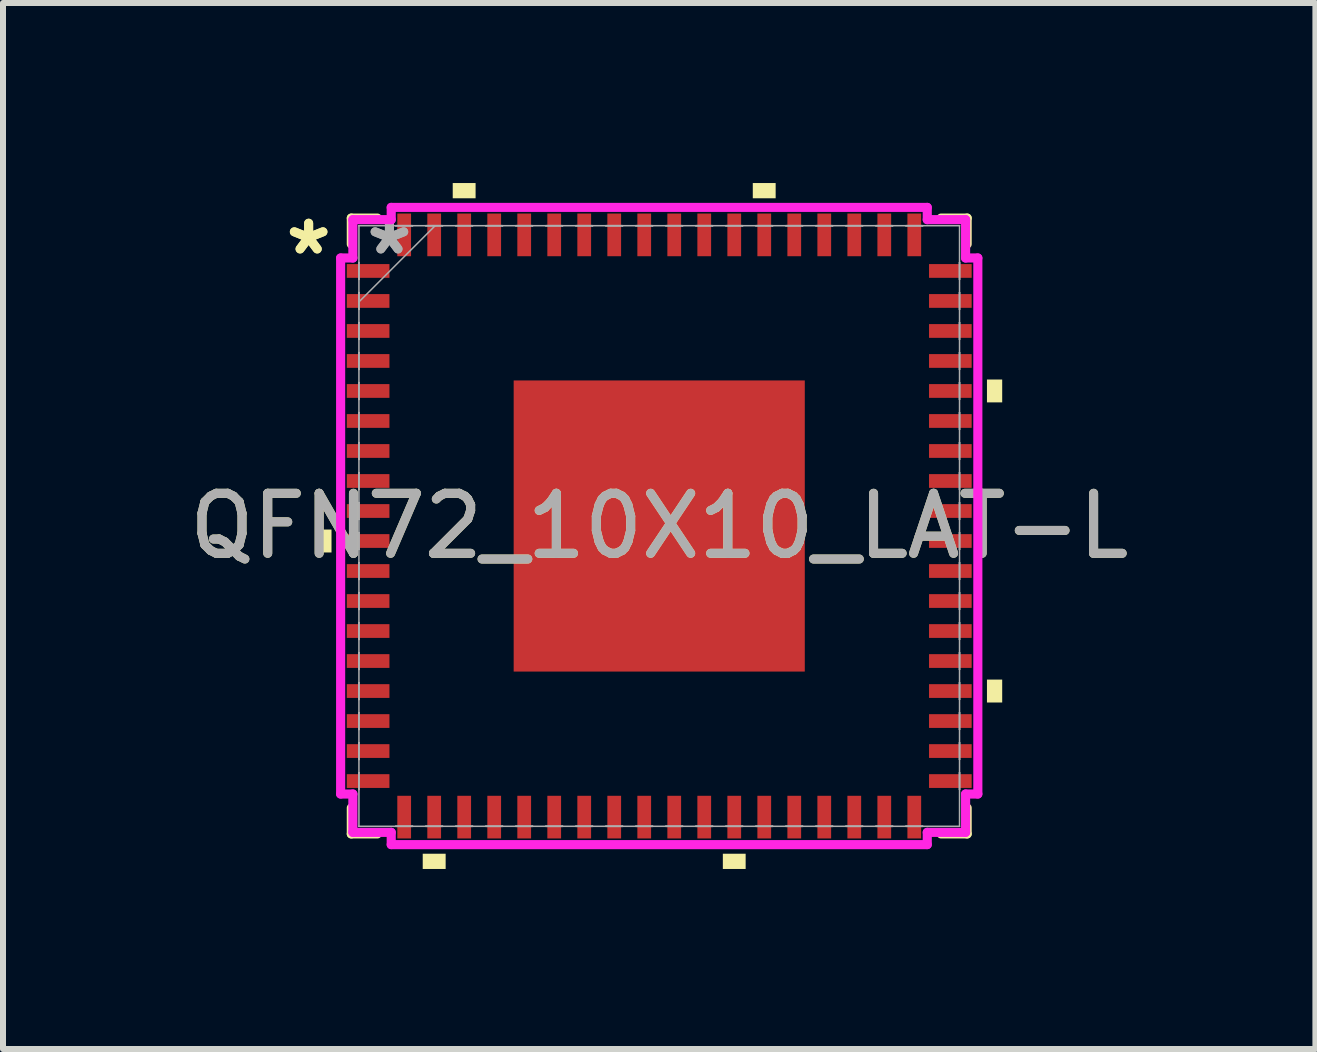
<source format=kicad_pcb>
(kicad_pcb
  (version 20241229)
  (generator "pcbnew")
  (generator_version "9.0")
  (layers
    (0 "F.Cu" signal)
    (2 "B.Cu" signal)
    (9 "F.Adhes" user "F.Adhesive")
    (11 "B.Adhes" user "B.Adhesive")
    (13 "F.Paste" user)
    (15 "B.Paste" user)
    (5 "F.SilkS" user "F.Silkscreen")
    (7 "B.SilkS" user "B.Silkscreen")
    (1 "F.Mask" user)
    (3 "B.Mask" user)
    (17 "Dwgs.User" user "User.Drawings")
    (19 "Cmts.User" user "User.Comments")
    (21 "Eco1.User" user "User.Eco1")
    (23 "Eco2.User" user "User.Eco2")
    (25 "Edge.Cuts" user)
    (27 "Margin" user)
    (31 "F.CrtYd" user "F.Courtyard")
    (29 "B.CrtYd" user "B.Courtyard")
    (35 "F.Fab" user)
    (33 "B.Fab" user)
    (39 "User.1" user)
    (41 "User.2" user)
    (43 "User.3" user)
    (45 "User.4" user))
  (footprint "QFN72_10X10_LAT-L"
    (layer "F.Cu")
    (at 7.935 5.715)
    (property "Reference" "QFN72_10X10_LAT-L" (at 0 0 0) (unlocked yes) (layer "F.SilkS") (effects (font (size 1 1) (thickness 0.15))))
    (attr smd)
    (fp_line (start -5.131 -5.131) (end -5.131 -4.697) (stroke (width 0.152) (type solid)) (layer "F.SilkS"))
    (fp_line (start -5.131 4.697) (end -5.131 5.131) (stroke (width 0.152) (type solid)) (layer "F.SilkS"))
    (fp_line (start -5.131 5.131) (end -4.697 5.131) (stroke (width 0.152) (type solid)) (layer "F.SilkS"))
    (fp_line (start -4.697 -5.131) (end -5.131 -5.131) (stroke (width 0.152) (type solid)) (layer "F.SilkS"))
    (fp_line (start 4.697 5.131) (end 5.131 5.131) (stroke (width 0.152) (type solid)) (layer "F.SilkS"))
    (fp_line (start 5.131 -5.131) (end 4.697 -5.131) (stroke (width 0.152) (type solid)) (layer "F.SilkS"))
    (fp_line (start 5.131 -4.697) (end 5.131 -5.131) (stroke (width 0.152) (type solid)) (layer "F.SilkS"))
    (fp_line (start 5.131 5.131) (end 5.131 4.697) (stroke (width 0.152) (type solid)) (layer "F.SilkS"))
    (fp_poly (pts (xy -5.715 0.059) (xy -5.715 0.441) (xy -5.461 0.441) (xy -5.461 0.059)) (stroke (width 0) (type solid)) (fill yes) (layer "F.SilkS"))
    (fp_poly (pts (xy -3.941 5.461) (xy -3.941 5.715) (xy -3.559 5.715) (xy -3.559 5.461)) (stroke (width 0) (type solid)) (fill yes) (layer "F.SilkS"))
    (fp_poly (pts (xy -3.441 -5.461) (xy -3.441 -5.715) (xy -3.06 -5.715) (xy -3.06 -5.461)) (stroke (width 0) (type solid)) (fill yes) (layer "F.SilkS"))
    (fp_poly (pts (xy 1.06 5.461) (xy 1.06 5.715) (xy 1.44 5.715) (xy 1.44 5.461)) (stroke (width 0) (type solid)) (fill yes) (layer "F.SilkS"))
    (fp_poly (pts (xy 1.559 -5.461) (xy 1.559 -5.715) (xy 1.94 -5.715) (xy 1.94 -5.461)) (stroke (width 0) (type solid)) (fill yes) (layer "F.SilkS"))
    (fp_poly (pts (xy 5.715 -2.441) (xy 5.715 -2.06) (xy 5.461 -2.06) (xy 5.461 -2.441)) (stroke (width 0) (type solid)) (fill yes) (layer "F.SilkS"))
    (fp_poly (pts (xy 5.715 2.559) (xy 5.715 2.941) (xy 5.461 2.941) (xy 5.461 2.559)) (stroke (width 0) (type solid)) (fill yes) (layer "F.SilkS"))
    (fp_poly (pts (xy -2.326 -2.326) (xy -2.326 -0.909) (xy -0.909 -0.909) (xy -0.909 -2.326)) (stroke (width 0) (type solid)) (fill yes) (layer "F.Paste"))
    (fp_poly (pts (xy -2.326 -0.709) (xy -2.326 0.709) (xy -0.909 0.709) (xy -0.909 -0.709)) (stroke (width 0) (type solid)) (fill yes) (layer "F.Paste"))
    (fp_poly (pts (xy -2.326 0.909) (xy -2.326 2.326) (xy -0.909 2.326) (xy -0.909 0.909)) (stroke (width 0) (type solid)) (fill yes) (layer "F.Paste"))
    (fp_poly (pts (xy -0.709 -2.326) (xy -0.709 -0.909) (xy 0.709 -0.909) (xy 0.709 -2.326)) (stroke (width 0) (type solid)) (fill yes) (layer "F.Paste"))
    (fp_poly (pts (xy -0.709 -0.709) (xy -0.709 0.709) (xy 0.709 0.709) (xy 0.709 -0.709)) (stroke (width 0) (type solid)) (fill yes) (layer "F.Paste"))
    (fp_poly (pts (xy -0.709 0.909) (xy -0.709 2.326) (xy 0.709 2.326) (xy 0.709 0.909)) (stroke (width 0) (type solid)) (fill yes) (layer "F.Paste"))
    (fp_poly (pts (xy 0.909 -2.326) (xy 0.909 -0.909) (xy 2.326 -0.909) (xy 2.326 -2.326)) (stroke (width 0) (type solid)) (fill yes) (layer "F.Paste"))
    (fp_poly (pts (xy 0.909 -0.709) (xy 0.909 0.709) (xy 2.326 0.709) (xy 2.326 -0.709)) (stroke (width 0) (type solid)) (fill yes) (layer "F.Paste"))
    (fp_poly (pts (xy 0.909 0.909) (xy 0.909 2.326) (xy 2.326 2.326) (xy 2.326 0.909)) (stroke (width 0) (type solid)) (fill yes) (layer "F.Paste"))
    (fp_line (start -5.309 -4.466) (end -5.105 -4.466) (stroke (width 0.152) (type solid)) (layer "F.CrtYd"))
    (fp_line (start -5.309 4.466) (end -5.309 -4.466) (stroke (width 0.152) (type solid)) (layer "F.CrtYd"))
    (fp_line (start -5.105 -5.105) (end -4.466 -5.105) (stroke (width 0.152) (type solid)) (layer "F.CrtYd"))
    (fp_line (start -5.105 -4.466) (end -5.105 -5.105) (stroke (width 0.152) (type solid)) (layer "F.CrtYd"))
    (fp_line (start -5.105 4.466) (end -5.309 4.466) (stroke (width 0.152) (type solid)) (layer "F.CrtYd"))
    (fp_line (start -5.105 5.105) (end -5.105 4.466) (stroke (width 0.152) (type solid)) (layer "F.CrtYd"))
    (fp_line (start -4.466 -5.309) (end 4.466 -5.309) (stroke (width 0.152) (type solid)) (layer "F.CrtYd"))
    (fp_line (start -4.466 -5.105) (end -4.466 -5.309) (stroke (width 0.152) (type solid)) (layer "F.CrtYd"))
    (fp_line (start -4.466 5.105) (end -5.105 5.105) (stroke (width 0.152) (type solid)) (layer "F.CrtYd"))
    (fp_line (start -4.466 5.309) (end -4.466 5.105) (stroke (width 0.152) (type solid)) (layer "F.CrtYd"))
    (fp_line (start 4.466 -5.309) (end 4.466 -5.105) (stroke (width 0.152) (type solid)) (layer "F.CrtYd"))
    (fp_line (start 4.466 -5.105) (end 5.105 -5.105) (stroke (width 0.152) (type solid)) (layer "F.CrtYd"))
    (fp_line (start 4.466 5.105) (end 4.466 5.309) (stroke (width 0.152) (type solid)) (layer "F.CrtYd"))
    (fp_line (start 4.466 5.309) (end -4.466 5.309) (stroke (width 0.152) (type solid)) (layer "F.CrtYd"))
    (fp_line (start 5.105 -5.105) (end 5.105 -4.466) (stroke (width 0.152) (type solid)) (layer "F.CrtYd"))
    (fp_line (start 5.105 -4.466) (end 5.309 -4.466) (stroke (width 0.152) (type solid)) (layer "F.CrtYd"))
    (fp_line (start 5.105 4.466) (end 5.105 5.105) (stroke (width 0.152) (type solid)) (layer "F.CrtYd"))
    (fp_line (start 5.105 5.105) (end 4.466 5.105) (stroke (width 0.152) (type solid)) (layer "F.CrtYd"))
    (fp_line (start 5.309 -4.466) (end 5.309 4.466) (stroke (width 0.152) (type solid)) (layer "F.CrtYd"))
    (fp_line (start 5.309 4.466) (end 5.105 4.466) (stroke (width 0.152) (type solid)) (layer "F.CrtYd"))
    (fp_line (start -5.004 -5.004) (end -5.004 -5.004) (stroke (width 0.025) (type solid)) (layer "F.Fab"))
    (fp_line (start -5.004 -5.004) (end -5.004 5.004) (stroke (width 0.025) (type solid)) (layer "F.Fab"))
    (fp_line (start -5.004 -4.39) (end -5.004 -4.39) (stroke (width 0.025) (type solid)) (layer "F.Fab"))
    (fp_line (start -5.004 -4.39) (end -5.004 -4.11) (stroke (width 0.025) (type solid)) (layer "F.Fab"))
    (fp_line (start -5.004 -4.11) (end -5.004 -4.39) (stroke (width 0.025) (type solid)) (layer "F.Fab"))
    (fp_line (start -5.004 -4.11) (end -5.004 -4.11) (stroke (width 0.025) (type solid)) (layer "F.Fab"))
    (fp_line (start -5.004 -3.89) (end -5.004 -3.89) (stroke (width 0.025) (type solid)) (layer "F.Fab"))
    (fp_line (start -5.004 -3.89) (end -5.004 -3.61) (stroke (width 0.025) (type solid)) (layer "F.Fab"))
    (fp_line (start -5.004 -3.734) (end -3.734 -5.004) (stroke (width 0.025) (type solid)) (layer "F.Fab"))
    (fp_line (start -5.004 -3.61) (end -5.004 -3.89) (stroke (width 0.025) (type solid)) (layer "F.Fab"))
    (fp_line (start -5.004 -3.61) (end -5.004 -3.61) (stroke (width 0.025) (type solid)) (layer "F.Fab"))
    (fp_line (start -5.004 -3.39) (end -5.004 -3.39) (stroke (width 0.025) (type solid)) (layer "F.Fab"))
    (fp_line (start -5.004 -3.39) (end -5.004 -3.11) (stroke (width 0.025) (type solid)) (layer "F.Fab"))
    (fp_line (start -5.004 -3.11) (end -5.004 -3.39) (stroke (width 0.025) (type solid)) (layer "F.Fab"))
    (fp_line (start -5.004 -3.11) (end -5.004 -3.11) (stroke (width 0.025) (type solid)) (layer "F.Fab"))
    (fp_line (start -5.004 -2.89) (end -5.004 -2.89) (stroke (width 0.025) (type solid)) (layer "F.Fab"))
    (fp_line (start -5.004 -2.89) (end -5.004 -2.61) (stroke (width 0.025) (type solid)) (layer "F.Fab"))
    (fp_line (start -5.004 -2.61) (end -5.004 -2.89) (stroke (width 0.025) (type solid)) (layer "F.Fab"))
    (fp_line (start -5.004 -2.61) (end -5.004 -2.61) (stroke (width 0.025) (type solid)) (layer "F.Fab"))
    (fp_line (start -5.004 -2.39) (end -5.004 -2.39) (stroke (width 0.025) (type solid)) (layer "F.Fab"))
    (fp_line (start -5.004 -2.39) (end -5.004 -2.11) (stroke (width 0.025) (type solid)) (layer "F.Fab"))
    (fp_line (start -5.004 -2.11) (end -5.004 -2.39) (stroke (width 0.025) (type solid)) (layer "F.Fab"))
    (fp_line (start -5.004 -2.11) (end -5.004 -2.11) (stroke (width 0.025) (type solid)) (layer "F.Fab"))
    (fp_line (start -5.004 -1.89) (end -5.004 -1.89) (stroke (width 0.025) (type solid)) (layer "F.Fab"))
    (fp_line (start -5.004 -1.89) (end -5.004 -1.61) (stroke (width 0.025) (type solid)) (layer "F.Fab"))
    (fp_line (start -5.004 -1.61) (end -5.004 -1.89) (stroke (width 0.025) (type solid)) (layer "F.Fab"))
    (fp_line (start -5.004 -1.61) (end -5.004 -1.61) (stroke (width 0.025) (type solid)) (layer "F.Fab"))
    (fp_line (start -5.004 -1.39) (end -5.004 -1.39) (stroke (width 0.025) (type solid)) (layer "F.Fab"))
    (fp_line (start -5.004 -1.39) (end -5.004 -1.11) (stroke (width 0.025) (type solid)) (layer "F.Fab"))
    (fp_line (start -5.004 -1.11) (end -5.004 -1.39) (stroke (width 0.025) (type solid)) (layer "F.Fab"))
    (fp_line (start -5.004 -1.11) (end -5.004 -1.11) (stroke (width 0.025) (type solid)) (layer "F.Fab"))
    (fp_line (start -5.004 -0.89) (end -5.004 -0.89) (stroke (width 0.025) (type solid)) (layer "F.Fab"))
    (fp_line (start -5.004 -0.89) (end -5.004 -0.61) (stroke (width 0.025) (type solid)) (layer "F.Fab"))
    (fp_line (start -5.004 -0.61) (end -5.004 -0.89) (stroke (width 0.025) (type solid)) (layer "F.Fab"))
    (fp_line (start -5.004 -0.61) (end -5.004 -0.61) (stroke (width 0.025) (type solid)) (layer "F.Fab"))
    (fp_line (start -5.004 -0.39) (end -5.004 -0.39) (stroke (width 0.025) (type solid)) (layer "F.Fab"))
    (fp_line (start -5.004 -0.39) (end -5.004 -0.11) (stroke (width 0.025) (type solid)) (layer "F.Fab"))
    (fp_line (start -5.004 -0.11) (end -5.004 -0.39) (stroke (width 0.025) (type solid)) (layer "F.Fab"))
    (fp_line (start -5.004 -0.11) (end -5.004 -0.11) (stroke (width 0.025) (type solid)) (layer "F.Fab"))
    (fp_line (start -5.004 0.11) (end -5.004 0.11) (stroke (width 0.025) (type solid)) (layer "F.Fab"))
    (fp_line (start -5.004 0.11) (end -5.004 0.39) (stroke (width 0.025) (type solid)) (layer "F.Fab"))
    (fp_line (start -5.004 0.39) (end -5.004 0.11) (stroke (width 0.025) (type solid)) (layer "F.Fab"))
    (fp_line (start -5.004 0.39) (end -5.004 0.39) (stroke (width 0.025) (type solid)) (layer "F.Fab"))
    (fp_line (start -5.004 0.61) (end -5.004 0.61) (stroke (width 0.025) (type solid)) (layer "F.Fab"))
    (fp_line (start -5.004 0.61) (end -5.004 0.89) (stroke (width 0.025) (type solid)) (layer "F.Fab"))
    (fp_line (start -5.004 0.89) (end -5.004 0.61) (stroke (width 0.025) (type solid)) (layer "F.Fab"))
    (fp_line (start -5.004 0.89) (end -5.004 0.89) (stroke (width 0.025) (type solid)) (layer "F.Fab"))
    (fp_line (start -5.004 1.11) (end -5.004 1.11) (stroke (width 0.025) (type solid)) (layer "F.Fab"))
    (fp_line (start -5.004 1.11) (end -5.004 1.39) (stroke (width 0.025) (type solid)) (layer "F.Fab"))
    (fp_line (start -5.004 1.39) (end -5.004 1.11) (stroke (width 0.025) (type solid)) (layer "F.Fab"))
    (fp_line (start -5.004 1.39) (end -5.004 1.39) (stroke (width 0.025) (type solid)) (layer "F.Fab"))
    (fp_line (start -5.004 1.61) (end -5.004 1.61) (stroke (width 0.025) (type solid)) (layer "F.Fab"))
    (fp_line (start -5.004 1.61) (end -5.004 1.89) (stroke (width 0.025) (type solid)) (layer "F.Fab"))
    (fp_line (start -5.004 1.89) (end -5.004 1.61) (stroke (width 0.025) (type solid)) (layer "F.Fab"))
    (fp_line (start -5.004 1.89) (end -5.004 1.89) (stroke (width 0.025) (type solid)) (layer "F.Fab"))
    (fp_line (start -5.004 2.11) (end -5.004 2.11) (stroke (width 0.025) (type solid)) (layer "F.Fab"))
    (fp_line (start -5.004 2.11) (end -5.004 2.39) (stroke (width 0.025) (type solid)) (layer "F.Fab"))
    (fp_line (start -5.004 2.39) (end -5.004 2.11) (stroke (width 0.025) (type solid)) (layer "F.Fab"))
    (fp_line (start -5.004 2.39) (end -5.004 2.39) (stroke (width 0.025) (type solid)) (layer "F.Fab"))
    (fp_line (start -5.004 2.61) (end -5.004 2.61) (stroke (width 0.025) (type solid)) (layer "F.Fab"))
    (fp_line (start -5.004 2.61) (end -5.004 2.89) (stroke (width 0.025) (type solid)) (layer "F.Fab"))
    (fp_line (start -5.004 2.89) (end -5.004 2.61) (stroke (width 0.025) (type solid)) (layer "F.Fab"))
    (fp_line (start -5.004 2.89) (end -5.004 2.89) (stroke (width 0.025) (type solid)) (layer "F.Fab"))
    (fp_line (start -5.004 3.11) (end -5.004 3.11) (stroke (width 0.025) (type solid)) (layer "F.Fab"))
    (fp_line (start -5.004 3.11) (end -5.004 3.39) (stroke (width 0.025) (type solid)) (layer "F.Fab"))
    (fp_line (start -5.004 3.39) (end -5.004 3.11) (stroke (width 0.025) (type solid)) (layer "F.Fab"))
    (fp_line (start -5.004 3.39) (end -5.004 3.39) (stroke (width 0.025) (type solid)) (layer "F.Fab"))
    (fp_line (start -5.004 3.61) (end -5.004 3.61) (stroke (width 0.025) (type solid)) (layer "F.Fab"))
    (fp_line (start -5.004 3.61) (end -5.004 3.89) (stroke (width 0.025) (type solid)) (layer "F.Fab"))
    (fp_line (start -5.004 3.89) (end -5.004 3.61) (stroke (width 0.025) (type solid)) (layer "F.Fab"))
    (fp_line (start -5.004 3.89) (end -5.004 3.89) (stroke (width 0.025) (type solid)) (layer "F.Fab"))
    (fp_line (start -5.004 4.11) (end -5.004 4.11) (stroke (width 0.025) (type solid)) (layer "F.Fab"))
    (fp_line (start -5.004 4.11) (end -5.004 4.39) (stroke (width 0.025) (type solid)) (layer "F.Fab"))
    (fp_line (start -5.004 4.39) (end -5.004 4.11) (stroke (width 0.025) (type solid)) (layer "F.Fab"))
    (fp_line (start -5.004 4.39) (end -5.004 4.39) (stroke (width 0.025) (type solid)) (layer "F.Fab"))
    (fp_line (start -5.004 5.004) (end -5.004 5.004) (stroke (width 0.025) (type solid)) (layer "F.Fab"))
    (fp_line (start -5.004 5.004) (end 5.004 5.004) (stroke (width 0.025) (type solid)) (layer "F.Fab"))
    (fp_line (start -4.39 -5.004) (end -4.39 -5.004) (stroke (width 0.025) (type solid)) (layer "F.Fab"))
    (fp_line (start -4.39 -5.004) (end -4.11 -5.004) (stroke (width 0.025) (type solid)) (layer "F.Fab"))
    (fp_line (start -4.39 5.004) (end -4.39 5.004) (stroke (width 0.025) (type solid)) (layer "F.Fab"))
    (fp_line (start -4.39 5.004) (end -4.11 5.004) (stroke (width 0.025) (type solid)) (layer "F.Fab"))
    (fp_line (start -4.11 -5.004) (end -4.39 -5.004) (stroke (width 0.025) (type solid)) (layer "F.Fab"))
    (fp_line (start -4.11 -5.004) (end -4.11 -5.004) (stroke (width 0.025) (type solid)) (layer "F.Fab"))
    (fp_line (start -4.11 5.004) (end -4.39 5.004) (stroke (width 0.025) (type solid)) (layer "F.Fab"))
    (fp_line (start -4.11 5.004) (end -4.11 5.004) (stroke (width 0.025) (type solid)) (layer "F.Fab"))
    (fp_line (start -3.89 -5.004) (end -3.89 -5.004) (stroke (width 0.025) (type solid)) (layer "F.Fab"))
    (fp_line (start -3.89 -5.004) (end -3.61 -5.004) (stroke (width 0.025) (type solid)) (layer "F.Fab"))
    (fp_line (start -3.89 5.004) (end -3.89 5.004) (stroke (width 0.025) (type solid)) (layer "F.Fab"))
    (fp_line (start -3.89 5.004) (end -3.61 5.004) (stroke (width 0.025) (type solid)) (layer "F.Fab"))
    (fp_line (start -3.61 -5.004) (end -3.89 -5.004) (stroke (width 0.025) (type solid)) (layer "F.Fab"))
    (fp_line (start -3.61 -5.004) (end -3.61 -5.004) (stroke (width 0.025) (type solid)) (layer "F.Fab"))
    (fp_line (start -3.61 5.004) (end -3.89 5.004) (stroke (width 0.025) (type solid)) (layer "F.Fab"))
    (fp_line (start -3.61 5.004) (end -3.61 5.004) (stroke (width 0.025) (type solid)) (layer "F.Fab"))
    (fp_line (start -3.39 -5.004) (end -3.39 -5.004) (stroke (width 0.025) (type solid)) (layer "F.Fab"))
    (fp_line (start -3.39 -5.004) (end -3.11 -5.004) (stroke (width 0.025) (type solid)) (layer "F.Fab"))
    (fp_line (start -3.39 5.004) (end -3.39 5.004) (stroke (width 0.025) (type solid)) (layer "F.Fab"))
    (fp_line (start -3.39 5.004) (end -3.11 5.004) (stroke (width 0.025) (type solid)) (layer "F.Fab"))
    (fp_line (start -3.11 -5.004) (end -3.39 -5.004) (stroke (width 0.025) (type solid)) (layer "F.Fab"))
    (fp_line (start -3.11 -5.004) (end -3.11 -5.004) (stroke (width 0.025) (type solid)) (layer "F.Fab"))
    (fp_line (start -3.11 5.004) (end -3.39 5.004) (stroke (width 0.025) (type solid)) (layer "F.Fab"))
    (fp_line (start -3.11 5.004) (end -3.11 5.004) (stroke (width 0.025) (type solid)) (layer "F.Fab"))
    (fp_line (start -2.89 -5.004) (end -2.89 -5.004) (stroke (width 0.025) (type solid)) (layer "F.Fab"))
    (fp_line (start -2.89 -5.004) (end -2.61 -5.004) (stroke (width 0.025) (type solid)) (layer "F.Fab"))
    (fp_line (start -2.89 5.004) (end -2.89 5.004) (stroke (width 0.025) (type solid)) (layer "F.Fab"))
    (fp_line (start -2.89 5.004) (end -2.61 5.004) (stroke (width 0.025) (type solid)) (layer "F.Fab"))
    (fp_line (start -2.61 -5.004) (end -2.89 -5.004) (stroke (width 0.025) (type solid)) (layer "F.Fab"))
    (fp_line (start -2.61 -5.004) (end -2.61 -5.004) (stroke (width 0.025) (type solid)) (layer "F.Fab"))
    (fp_line (start -2.61 5.004) (end -2.89 5.004) (stroke (width 0.025) (type solid)) (layer "F.Fab"))
    (fp_line (start -2.61 5.004) (end -2.61 5.004) (stroke (width 0.025) (type solid)) (layer "F.Fab"))
    (fp_line (start -2.39 -5.004) (end -2.39 -5.004) (stroke (width 0.025) (type solid)) (layer "F.Fab"))
    (fp_line (start -2.39 -5.004) (end -2.11 -5.004) (stroke (width 0.025) (type solid)) (layer "F.Fab"))
    (fp_line (start -2.39 5.004) (end -2.39 5.004) (stroke (width 0.025) (type solid)) (layer "F.Fab"))
    (fp_line (start -2.39 5.004) (end -2.11 5.004) (stroke (width 0.025) (type solid)) (layer "F.Fab"))
    (fp_line (start -2.11 -5.004) (end -2.39 -5.004) (stroke (width 0.025) (type solid)) (layer "F.Fab"))
    (fp_line (start -2.11 -5.004) (end -2.11 -5.004) (stroke (width 0.025) (type solid)) (layer "F.Fab"))
    (fp_line (start -2.11 5.004) (end -2.39 5.004) (stroke (width 0.025) (type solid)) (layer "F.Fab"))
    (fp_line (start -2.11 5.004) (end -2.11 5.004) (stroke (width 0.025) (type solid)) (layer "F.Fab"))
    (fp_line (start -1.89 -5.004) (end -1.89 -5.004) (stroke (width 0.025) (type solid)) (layer "F.Fab"))
    (fp_line (start -1.89 -5.004) (end -1.61 -5.004) (stroke (width 0.025) (type solid)) (layer "F.Fab"))
    (fp_line (start -1.89 5.004) (end -1.89 5.004) (stroke (width 0.025) (type solid)) (layer "F.Fab"))
    (fp_line (start -1.89 5.004) (end -1.61 5.004) (stroke (width 0.025) (type solid)) (layer "F.Fab"))
    (fp_line (start -1.61 -5.004) (end -1.89 -5.004) (stroke (width 0.025) (type solid)) (layer "F.Fab"))
    (fp_line (start -1.61 -5.004) (end -1.61 -5.004) (stroke (width 0.025) (type solid)) (layer "F.Fab"))
    (fp_line (start -1.61 5.004) (end -1.89 5.004) (stroke (width 0.025) (type solid)) (layer "F.Fab"))
    (fp_line (start -1.61 5.004) (end -1.61 5.004) (stroke (width 0.025) (type solid)) (layer "F.Fab"))
    (fp_line (start -1.39 -5.004) (end -1.39 -5.004) (stroke (width 0.025) (type solid)) (layer "F.Fab"))
    (fp_line (start -1.39 -5.004) (end -1.11 -5.004) (stroke (width 0.025) (type solid)) (layer "F.Fab"))
    (fp_line (start -1.39 5.004) (end -1.39 5.004) (stroke (width 0.025) (type solid)) (layer "F.Fab"))
    (fp_line (start -1.39 5.004) (end -1.11 5.004) (stroke (width 0.025) (type solid)) (layer "F.Fab"))
    (fp_line (start -1.11 -5.004) (end -1.39 -5.004) (stroke (width 0.025) (type solid)) (layer "F.Fab"))
    (fp_line (start -1.11 -5.004) (end -1.11 -5.004) (stroke (width 0.025) (type solid)) (layer "F.Fab"))
    (fp_line (start -1.11 5.004) (end -1.39 5.004) (stroke (width 0.025) (type solid)) (layer "F.Fab"))
    (fp_line (start -1.11 5.004) (end -1.11 5.004) (stroke (width 0.025) (type solid)) (layer "F.Fab"))
    (fp_line (start -0.89 -5.004) (end -0.89 -5.004) (stroke (width 0.025) (type solid)) (layer "F.Fab"))
    (fp_line (start -0.89 -5.004) (end -0.61 -5.004) (stroke (width 0.025) (type solid)) (layer "F.Fab"))
    (fp_line (start -0.89 5.004) (end -0.89 5.004) (stroke (width 0.025) (type solid)) (layer "F.Fab"))
    (fp_line (start -0.89 5.004) (end -0.61 5.004) (stroke (width 0.025) (type solid)) (layer "F.Fab"))
    (fp_line (start -0.61 -5.004) (end -0.89 -5.004) (stroke (width 0.025) (type solid)) (layer "F.Fab"))
    (fp_line (start -0.61 -5.004) (end -0.61 -5.004) (stroke (width 0.025) (type solid)) (layer "F.Fab"))
    (fp_line (start -0.61 5.004) (end -0.89 5.004) (stroke (width 0.025) (type solid)) (layer "F.Fab"))
    (fp_line (start -0.61 5.004) (end -0.61 5.004) (stroke (width 0.025) (type solid)) (layer "F.Fab"))
    (fp_line (start -0.39 -5.004) (end -0.39 -5.004) (stroke (width 0.025) (type solid)) (layer "F.Fab"))
    (fp_line (start -0.39 -5.004) (end -0.11 -5.004) (stroke (width 0.025) (type solid)) (layer "F.Fab"))
    (fp_line (start -0.39 5.004) (end -0.39 5.004) (stroke (width 0.025) (type solid)) (layer "F.Fab"))
    (fp_line (start -0.39 5.004) (end -0.11 5.004) (stroke (width 0.025) (type solid)) (layer "F.Fab"))
    (fp_line (start -0.11 -5.004) (end -0.39 -5.004) (stroke (width 0.025) (type solid)) (layer "F.Fab"))
    (fp_line (start -0.11 -5.004) (end -0.11 -5.004) (stroke (width 0.025) (type solid)) (layer "F.Fab"))
    (fp_line (start -0.11 5.004) (end -0.39 5.004) (stroke (width 0.025) (type solid)) (layer "F.Fab"))
    (fp_line (start -0.11 5.004) (end -0.11 5.004) (stroke (width 0.025) (type solid)) (layer "F.Fab"))
    (fp_line (start 0.11 -5.004) (end 0.11 -5.004) (stroke (width 0.025) (type solid)) (layer "F.Fab"))
    (fp_line (start 0.11 -5.004) (end 0.39 -5.004) (stroke (width 0.025) (type solid)) (layer "F.Fab"))
    (fp_line (start 0.11 5.004) (end 0.11 5.004) (stroke (width 0.025) (type solid)) (layer "F.Fab"))
    (fp_line (start 0.11 5.004) (end 0.39 5.004) (stroke (width 0.025) (type solid)) (layer "F.Fab"))
    (fp_line (start 0.39 -5.004) (end 0.11 -5.004) (stroke (width 0.025) (type solid)) (layer "F.Fab"))
    (fp_line (start 0.39 -5.004) (end 0.39 -5.004) (stroke (width 0.025) (type solid)) (layer "F.Fab"))
    (fp_line (start 0.39 5.004) (end 0.11 5.004) (stroke (width 0.025) (type solid)) (layer "F.Fab"))
    (fp_line (start 0.39 5.004) (end 0.39 5.004) (stroke (width 0.025) (type solid)) (layer "F.Fab"))
    (fp_line (start 0.61 -5.004) (end 0.61 -5.004) (stroke (width 0.025) (type solid)) (layer "F.Fab"))
    (fp_line (start 0.61 -5.004) (end 0.89 -5.004) (stroke (width 0.025) (type solid)) (layer "F.Fab"))
    (fp_line (start 0.61 5.004) (end 0.61 5.004) (stroke (width 0.025) (type solid)) (layer "F.Fab"))
    (fp_line (start 0.61 5.004) (end 0.89 5.004) (stroke (width 0.025) (type solid)) (layer "F.Fab"))
    (fp_line (start 0.89 -5.004) (end 0.61 -5.004) (stroke (width 0.025) (type solid)) (layer "F.Fab"))
    (fp_line (start 0.89 -5.004) (end 0.89 -5.004) (stroke (width 0.025) (type solid)) (layer "F.Fab"))
    (fp_line (start 0.89 5.004) (end 0.61 5.004) (stroke (width 0.025) (type solid)) (layer "F.Fab"))
    (fp_line (start 0.89 5.004) (end 0.89 5.004) (stroke (width 0.025) (type solid)) (layer "F.Fab"))
    (fp_line (start 1.11 -5.004) (end 1.11 -5.004) (stroke (width 0.025) (type solid)) (layer "F.Fab"))
    (fp_line (start 1.11 -5.004) (end 1.39 -5.004) (stroke (width 0.025) (type solid)) (layer "F.Fab"))
    (fp_line (start 1.11 5.004) (end 1.11 5.004) (stroke (width 0.025) (type solid)) (layer "F.Fab"))
    (fp_line (start 1.11 5.004) (end 1.39 5.004) (stroke (width 0.025) (type solid)) (layer "F.Fab"))
    (fp_line (start 1.39 -5.004) (end 1.11 -5.004) (stroke (width 0.025) (type solid)) (layer "F.Fab"))
    (fp_line (start 1.39 -5.004) (end 1.39 -5.004) (stroke (width 0.025) (type solid)) (layer "F.Fab"))
    (fp_line (start 1.39 5.004) (end 1.11 5.004) (stroke (width 0.025) (type solid)) (layer "F.Fab"))
    (fp_line (start 1.39 5.004) (end 1.39 5.004) (stroke (width 0.025) (type solid)) (layer "F.Fab"))
    (fp_line (start 1.61 -5.004) (end 1.61 -5.004) (stroke (width 0.025) (type solid)) (layer "F.Fab"))
    (fp_line (start 1.61 -5.004) (end 1.89 -5.004) (stroke (width 0.025) (type solid)) (layer "F.Fab"))
    (fp_line (start 1.61 5.004) (end 1.61 5.004) (stroke (width 0.025) (type solid)) (layer "F.Fab"))
    (fp_line (start 1.61 5.004) (end 1.89 5.004) (stroke (width 0.025) (type solid)) (layer "F.Fab"))
    (fp_line (start 1.89 -5.004) (end 1.61 -5.004) (stroke (width 0.025) (type solid)) (layer "F.Fab"))
    (fp_line (start 1.89 -5.004) (end 1.89 -5.004) (stroke (width 0.025) (type solid)) (layer "F.Fab"))
    (fp_line (start 1.89 5.004) (end 1.61 5.004) (stroke (width 0.025) (type solid)) (layer "F.Fab"))
    (fp_line (start 1.89 5.004) (end 1.89 5.004) (stroke (width 0.025) (type solid)) (layer "F.Fab"))
    (fp_line (start 2.11 -5.004) (end 2.11 -5.004) (stroke (width 0.025) (type solid)) (layer "F.Fab"))
    (fp_line (start 2.11 -5.004) (end 2.39 -5.004) (stroke (width 0.025) (type solid)) (layer "F.Fab"))
    (fp_line (start 2.11 5.004) (end 2.11 5.004) (stroke (width 0.025) (type solid)) (layer "F.Fab"))
    (fp_line (start 2.11 5.004) (end 2.39 5.004) (stroke (width 0.025) (type solid)) (layer "F.Fab"))
    (fp_line (start 2.39 -5.004) (end 2.11 -5.004) (stroke (width 0.025) (type solid)) (layer "F.Fab"))
    (fp_line (start 2.39 -5.004) (end 2.39 -5.004) (stroke (width 0.025) (type solid)) (layer "F.Fab"))
    (fp_line (start 2.39 5.004) (end 2.11 5.004) (stroke (width 0.025) (type solid)) (layer "F.Fab"))
    (fp_line (start 2.39 5.004) (end 2.39 5.004) (stroke (width 0.025) (type solid)) (layer "F.Fab"))
    (fp_line (start 2.61 -5.004) (end 2.61 -5.004) (stroke (width 0.025) (type solid)) (layer "F.Fab"))
    (fp_line (start 2.61 -5.004) (end 2.89 -5.004) (stroke (width 0.025) (type solid)) (layer "F.Fab"))
    (fp_line (start 2.61 5.004) (end 2.61 5.004) (stroke (width 0.025) (type solid)) (layer "F.Fab"))
    (fp_line (start 2.61 5.004) (end 2.89 5.004) (stroke (width 0.025) (type solid)) (layer "F.Fab"))
    (fp_line (start 2.89 -5.004) (end 2.61 -5.004) (stroke (width 0.025) (type solid)) (layer "F.Fab"))
    (fp_line (start 2.89 -5.004) (end 2.89 -5.004) (stroke (width 0.025) (type solid)) (layer "F.Fab"))
    (fp_line (start 2.89 5.004) (end 2.61 5.004) (stroke (width 0.025) (type solid)) (layer "F.Fab"))
    (fp_line (start 2.89 5.004) (end 2.89 5.004) (stroke (width 0.025) (type solid)) (layer "F.Fab"))
    (fp_line (start 3.11 -5.004) (end 3.11 -5.004) (stroke (width 0.025) (type solid)) (layer "F.Fab"))
    (fp_line (start 3.11 -5.004) (end 3.39 -5.004) (stroke (width 0.025) (type solid)) (layer "F.Fab"))
    (fp_line (start 3.11 5.004) (end 3.11 5.004) (stroke (width 0.025) (type solid)) (layer "F.Fab"))
    (fp_line (start 3.11 5.004) (end 3.39 5.004) (stroke (width 0.025) (type solid)) (layer "F.Fab"))
    (fp_line (start 3.39 -5.004) (end 3.11 -5.004) (stroke (width 0.025) (type solid)) (layer "F.Fab"))
    (fp_line (start 3.39 -5.004) (end 3.39 -5.004) (stroke (width 0.025) (type solid)) (layer "F.Fab"))
    (fp_line (start 3.39 5.004) (end 3.11 5.004) (stroke (width 0.025) (type solid)) (layer "F.Fab"))
    (fp_line (start 3.39 5.004) (end 3.39 5.004) (stroke (width 0.025) (type solid)) (layer "F.Fab"))
    (fp_line (start 3.61 -5.004) (end 3.61 -5.004) (stroke (width 0.025) (type solid)) (layer "F.Fab"))
    (fp_line (start 3.61 -5.004) (end 3.89 -5.004) (stroke (width 0.025) (type solid)) (layer "F.Fab"))
    (fp_line (start 3.61 5.004) (end 3.61 5.004) (stroke (width 0.025) (type solid)) (layer "F.Fab"))
    (fp_line (start 3.61 5.004) (end 3.89 5.004) (stroke (width 0.025) (type solid)) (layer "F.Fab"))
    (fp_line (start 3.89 -5.004) (end 3.61 -5.004) (stroke (width 0.025) (type solid)) (layer "F.Fab"))
    (fp_line (start 3.89 -5.004) (end 3.89 -5.004) (stroke (width 0.025) (type solid)) (layer "F.Fab"))
    (fp_line (start 3.89 5.004) (end 3.61 5.004) (stroke (width 0.025) (type solid)) (layer "F.Fab"))
    (fp_line (start 3.89 5.004) (end 3.89 5.004) (stroke (width 0.025) (type solid)) (layer "F.Fab"))
    (fp_line (start 4.11 -5.004) (end 4.11 -5.004) (stroke (width 0.025) (type solid)) (layer "F.Fab"))
    (fp_line (start 4.11 -5.004) (end 4.39 -5.004) (stroke (width 0.025) (type solid)) (layer "F.Fab"))
    (fp_line (start 4.11 5.004) (end 4.11 5.004) (stroke (width 0.025) (type solid)) (layer "F.Fab"))
    (fp_line (start 4.11 5.004) (end 4.39 5.004) (stroke (width 0.025) (type solid)) (layer "F.Fab"))
    (fp_line (start 4.39 -5.004) (end 4.11 -5.004) (stroke (width 0.025) (type solid)) (layer "F.Fab"))
    (fp_line (start 4.39 -5.004) (end 4.39 -5.004) (stroke (width 0.025) (type solid)) (layer "F.Fab"))
    (fp_line (start 4.39 5.004) (end 4.11 5.004) (stroke (width 0.025) (type solid)) (layer "F.Fab"))
    (fp_line (start 4.39 5.004) (end 4.39 5.004) (stroke (width 0.025) (type solid)) (layer "F.Fab"))
    (fp_line (start 5.004 -5.004) (end -5.004 -5.004) (stroke (width 0.025) (type solid)) (layer "F.Fab"))
    (fp_line (start 5.004 -5.004) (end 5.004 -5.004) (stroke (width 0.025) (type solid)) (layer "F.Fab"))
    (fp_line (start 5.004 -4.39) (end 5.004 -4.39) (stroke (width 0.025) (type solid)) (layer "F.Fab"))
    (fp_line (start 5.004 -4.39) (end 5.004 -4.11) (stroke (width 0.025) (type solid)) (layer "F.Fab"))
    (fp_line (start 5.004 -4.11) (end 5.004 -4.39) (stroke (width 0.025) (type solid)) (layer "F.Fab"))
    (fp_line (start 5.004 -4.11) (end 5.004 -4.11) (stroke (width 0.025) (type solid)) (layer "F.Fab"))
    (fp_line (start 5.004 -3.89) (end 5.004 -3.89) (stroke (width 0.025) (type solid)) (layer "F.Fab"))
    (fp_line (start 5.004 -3.89) (end 5.004 -3.61) (stroke (width 0.025) (type solid)) (layer "F.Fab"))
    (fp_line (start 5.004 -3.61) (end 5.004 -3.89) (stroke (width 0.025) (type solid)) (layer "F.Fab"))
    (fp_line (start 5.004 -3.61) (end 5.004 -3.61) (stroke (width 0.025) (type solid)) (layer "F.Fab"))
    (fp_line (start 5.004 -3.39) (end 5.004 -3.39) (stroke (width 0.025) (type solid)) (layer "F.Fab"))
    (fp_line (start 5.004 -3.39) (end 5.004 -3.11) (stroke (width 0.025) (type solid)) (layer "F.Fab"))
    (fp_line (start 5.004 -3.11) (end 5.004 -3.39) (stroke (width 0.025) (type solid)) (layer "F.Fab"))
    (fp_line (start 5.004 -3.11) (end 5.004 -3.11) (stroke (width 0.025) (type solid)) (layer "F.Fab"))
    (fp_line (start 5.004 -2.89) (end 5.004 -2.89) (stroke (width 0.025) (type solid)) (layer "F.Fab"))
    (fp_line (start 5.004 -2.89) (end 5.004 -2.61) (stroke (width 0.025) (type solid)) (layer "F.Fab"))
    (fp_line (start 5.004 -2.61) (end 5.004 -2.89) (stroke (width 0.025) (type solid)) (layer "F.Fab"))
    (fp_line (start 5.004 -2.61) (end 5.004 -2.61) (stroke (width 0.025) (type solid)) (layer "F.Fab"))
    (fp_line (start 5.004 -2.39) (end 5.004 -2.39) (stroke (width 0.025) (type solid)) (layer "F.Fab"))
    (fp_line (start 5.004 -2.39) (end 5.004 -2.11) (stroke (width 0.025) (type solid)) (layer "F.Fab"))
    (fp_line (start 5.004 -2.11) (end 5.004 -2.39) (stroke (width 0.025) (type solid)) (layer "F.Fab"))
    (fp_line (start 5.004 -2.11) (end 5.004 -2.11) (stroke (width 0.025) (type solid)) (layer "F.Fab"))
    (fp_line (start 5.004 -1.89) (end 5.004 -1.89) (stroke (width 0.025) (type solid)) (layer "F.Fab"))
    (fp_line (start 5.004 -1.89) (end 5.004 -1.61) (stroke (width 0.025) (type solid)) (layer "F.Fab"))
    (fp_line (start 5.004 -1.61) (end 5.004 -1.89) (stroke (width 0.025) (type solid)) (layer "F.Fab"))
    (fp_line (start 5.004 -1.61) (end 5.004 -1.61) (stroke (width 0.025) (type solid)) (layer "F.Fab"))
    (fp_line (start 5.004 -1.39) (end 5.004 -1.39) (stroke (width 0.025) (type solid)) (layer "F.Fab"))
    (fp_line (start 5.004 -1.39) (end 5.004 -1.11) (stroke (width 0.025) (type solid)) (layer "F.Fab"))
    (fp_line (start 5.004 -1.11) (end 5.004 -1.39) (stroke (width 0.025) (type solid)) (layer "F.Fab"))
    (fp_line (start 5.004 -1.11) (end 5.004 -1.11) (stroke (width 0.025) (type solid)) (layer "F.Fab"))
    (fp_line (start 5.004 -0.89) (end 5.004 -0.89) (stroke (width 0.025) (type solid)) (layer "F.Fab"))
    (fp_line (start 5.004 -0.89) (end 5.004 -0.61) (stroke (width 0.025) (type solid)) (layer "F.Fab"))
    (fp_line (start 5.004 -0.61) (end 5.004 -0.89) (stroke (width 0.025) (type solid)) (layer "F.Fab"))
    (fp_line (start 5.004 -0.61) (end 5.004 -0.61) (stroke (width 0.025) (type solid)) (layer "F.Fab"))
    (fp_line (start 5.004 -0.39) (end 5.004 -0.39) (stroke (width 0.025) (type solid)) (layer "F.Fab"))
    (fp_line (start 5.004 -0.39) (end 5.004 -0.11) (stroke (width 0.025) (type solid)) (layer "F.Fab"))
    (fp_line (start 5.004 -0.11) (end 5.004 -0.39) (stroke (width 0.025) (type solid)) (layer "F.Fab"))
    (fp_line (start 5.004 -0.11) (end 5.004 -0.11) (stroke (width 0.025) (type solid)) (layer "F.Fab"))
    (fp_line (start 5.004 0.11) (end 5.004 0.11) (stroke (width 0.025) (type solid)) (layer "F.Fab"))
    (fp_line (start 5.004 0.11) (end 5.004 0.39) (stroke (width 0.025) (type solid)) (layer "F.Fab"))
    (fp_line (start 5.004 0.39) (end 5.004 0.11) (stroke (width 0.025) (type solid)) (layer "F.Fab"))
    (fp_line (start 5.004 0.39) (end 5.004 0.39) (stroke (width 0.025) (type solid)) (layer "F.Fab"))
    (fp_line (start 5.004 0.61) (end 5.004 0.61) (stroke (width 0.025) (type solid)) (layer "F.Fab"))
    (fp_line (start 5.004 0.61) (end 5.004 0.89) (stroke (width 0.025) (type solid)) (layer "F.Fab"))
    (fp_line (start 5.004 0.89) (end 5.004 0.61) (stroke (width 0.025) (type solid)) (layer "F.Fab"))
    (fp_line (start 5.004 0.89) (end 5.004 0.89) (stroke (width 0.025) (type solid)) (layer "F.Fab"))
    (fp_line (start 5.004 1.11) (end 5.004 1.11) (stroke (width 0.025) (type solid)) (layer "F.Fab"))
    (fp_line (start 5.004 1.11) (end 5.004 1.39) (stroke (width 0.025) (type solid)) (layer "F.Fab"))
    (fp_line (start 5.004 1.39) (end 5.004 1.11) (stroke (width 0.025) (type solid)) (layer "F.Fab"))
    (fp_line (start 5.004 1.39) (end 5.004 1.39) (stroke (width 0.025) (type solid)) (layer "F.Fab"))
    (fp_line (start 5.004 1.61) (end 5.004 1.61) (stroke (width 0.025) (type solid)) (layer "F.Fab"))
    (fp_line (start 5.004 1.61) (end 5.004 1.89) (stroke (width 0.025) (type solid)) (layer "F.Fab"))
    (fp_line (start 5.004 1.89) (end 5.004 1.61) (stroke (width 0.025) (type solid)) (layer "F.Fab"))
    (fp_line (start 5.004 1.89) (end 5.004 1.89) (stroke (width 0.025) (type solid)) (layer "F.Fab"))
    (fp_line (start 5.004 2.11) (end 5.004 2.11) (stroke (width 0.025) (type solid)) (layer "F.Fab"))
    (fp_line (start 5.004 2.11) (end 5.004 2.39) (stroke (width 0.025) (type solid)) (layer "F.Fab"))
    (fp_line (start 5.004 2.39) (end 5.004 2.11) (stroke (width 0.025) (type solid)) (layer "F.Fab"))
    (fp_line (start 5.004 2.39) (end 5.004 2.39) (stroke (width 0.025) (type solid)) (layer "F.Fab"))
    (fp_line (start 5.004 2.61) (end 5.004 2.61) (stroke (width 0.025) (type solid)) (layer "F.Fab"))
    (fp_line (start 5.004 2.61) (end 5.004 2.89) (stroke (width 0.025) (type solid)) (layer "F.Fab"))
    (fp_line (start 5.004 2.89) (end 5.004 2.61) (stroke (width 0.025) (type solid)) (layer "F.Fab"))
    (fp_line (start 5.004 2.89) (end 5.004 2.89) (stroke (width 0.025) (type solid)) (layer "F.Fab"))
    (fp_line (start 5.004 3.11) (end 5.004 3.11) (stroke (width 0.025) (type solid)) (layer "F.Fab"))
    (fp_line (start 5.004 3.11) (end 5.004 3.39) (stroke (width 0.025) (type solid)) (layer "F.Fab"))
    (fp_line (start 5.004 3.39) (end 5.004 3.11) (stroke (width 0.025) (type solid)) (layer "F.Fab"))
    (fp_line (start 5.004 3.39) (end 5.004 3.39) (stroke (width 0.025) (type solid)) (layer "F.Fab"))
    (fp_line (start 5.004 3.61) (end 5.004 3.61) (stroke (width 0.025) (type solid)) (layer "F.Fab"))
    (fp_line (start 5.004 3.61) (end 5.004 3.89) (stroke (width 0.025) (type solid)) (layer "F.Fab"))
    (fp_line (start 5.004 3.89) (end 5.004 3.61) (stroke (width 0.025) (type solid)) (layer "F.Fab"))
    (fp_line (start 5.004 3.89) (end 5.004 3.89) (stroke (width 0.025) (type solid)) (layer "F.Fab"))
    (fp_line (start 5.004 4.11) (end 5.004 4.11) (stroke (width 0.025) (type solid)) (layer "F.Fab"))
    (fp_line (start 5.004 4.11) (end 5.004 4.39) (stroke (width 0.025) (type solid)) (layer "F.Fab"))
    (fp_line (start 5.004 4.39) (end 5.004 4.11) (stroke (width 0.025) (type solid)) (layer "F.Fab"))
    (fp_line (start 5.004 4.39) (end 5.004 4.39) (stroke (width 0.025) (type solid)) (layer "F.Fab"))
    (fp_line (start 5.004 5.004) (end 5.004 -5.004) (stroke (width 0.025) (type solid)) (layer "F.Fab"))
    (fp_line (start 5.004 5.004) (end 5.004 5.004) (stroke (width 0.025) (type solid)) (layer "F.Fab"))
    (fp_text user "*" (at -5.842 -4.5 0) (layer "F.SilkS") (effects (font (size 1 1) (thickness 0.15))))
    (fp_text user "*" (at -5.842 -4.5 0) (unlocked yes) (layer "F.SilkS") (effects (font (size 1 1) (thickness 0.15))))
    (fp_text user "*" (at -4.496 -4.5 0) (unlocked yes) (layer "F.Fab") (effects (font (size 1 1) (thickness 0.15))))
    (fp_text user "*" (at -4.496 -4.5 0) (layer "F.Fab") (effects (font (size 1 1) (thickness 0.15))))
    (fp_text user "${REFERENCE}" (at 0 0 0) (unlocked yes) (layer "F.Fab") (effects (font (size 1 1) (thickness 0.15))))
    (pad "1" smd rect (at -4.851 -4.25 90) (size 0.229 0.711) (layers "F.Cu" "F.Mask" "F.Paste"))
    (pad "2" smd rect (at -4.851 -3.75 90) (size 0.229 0.711) (layers "F.Cu" "F.Mask" "F.Paste"))
    (pad "3" smd rect (at -4.851 -3.25 90) (size 0.229 0.711) (layers "F.Cu" "F.Mask" "F.Paste"))
    (pad "4" smd rect (at -4.851 -2.75 90) (size 0.229 0.711) (layers "F.Cu" "F.Mask" "F.Paste"))
    (pad "5" smd rect (at -4.851 -2.25 90) (size 0.229 0.711) (layers "F.Cu" "F.Mask" "F.Paste"))
    (pad "6" smd rect (at -4.851 -1.75 90) (size 0.229 0.711) (layers "F.Cu" "F.Mask" "F.Paste"))
    (pad "7" smd rect (at -4.851 -1.25 90) (size 0.229 0.711) (layers "F.Cu" "F.Mask" "F.Paste"))
    (pad "8" smd rect (at -4.851 -0.75 90) (size 0.229 0.711) (layers "F.Cu" "F.Mask" "F.Paste"))
    (pad "9" smd rect (at -4.851 -0.25 90) (size 0.229 0.711) (layers "F.Cu" "F.Mask" "F.Paste"))
    (pad "10" smd rect (at -4.851 0.25 90) (size 0.229 0.711) (layers "F.Cu" "F.Mask" "F.Paste"))
    (pad "11" smd rect (at -4.851 0.75 90) (size 0.229 0.711) (layers "F.Cu" "F.Mask" "F.Paste"))
    (pad "12" smd rect (at -4.851 1.25 90) (size 0.229 0.711) (layers "F.Cu" "F.Mask" "F.Paste"))
    (pad "13" smd rect (at -4.851 1.75 90) (size 0.229 0.711) (layers "F.Cu" "F.Mask" "F.Paste"))
    (pad "14" smd rect (at -4.851 2.25 90) (size 0.229 0.711) (layers "F.Cu" "F.Mask" "F.Paste"))
    (pad "15" smd rect (at -4.851 2.75 90) (size 0.229 0.711) (layers "F.Cu" "F.Mask" "F.Paste"))
    (pad "16" smd rect (at -4.851 3.25 90) (size 0.229 0.711) (layers "F.Cu" "F.Mask" "F.Paste"))
    (pad "17" smd rect (at -4.851 3.75 90) (size 0.229 0.711) (layers "F.Cu" "F.Mask" "F.Paste"))
    (pad "18" smd rect (at -4.851 4.25 90) (size 0.229 0.711) (layers "F.Cu" "F.Mask" "F.Paste"))
    (pad "19" smd rect (at -4.25 4.851) (size 0.229 0.711) (layers "F.Cu" "F.Mask" "F.Paste"))
    (pad "20" smd rect (at -3.75 4.851) (size 0.229 0.711) (layers "F.Cu" "F.Mask" "F.Paste"))
    (pad "21" smd rect (at -3.25 4.851) (size 0.229 0.711) (layers "F.Cu" "F.Mask" "F.Paste"))
    (pad "22" smd rect (at -2.75 4.851) (size 0.229 0.711) (layers "F.Cu" "F.Mask" "F.Paste"))
    (pad "23" smd rect (at -2.25 4.851) (size 0.229 0.711) (layers "F.Cu" "F.Mask" "F.Paste"))
    (pad "24" smd rect (at -1.75 4.851) (size 0.229 0.711) (layers "F.Cu" "F.Mask" "F.Paste"))
    (pad "25" smd rect (at -1.25 4.851) (size 0.229 0.711) (layers "F.Cu" "F.Mask" "F.Paste"))
    (pad "26" smd rect (at -0.75 4.851) (size 0.229 0.711) (layers "F.Cu" "F.Mask" "F.Paste"))
    (pad "27" smd rect (at -0.25 4.851) (size 0.229 0.711) (layers "F.Cu" "F.Mask" "F.Paste"))
    (pad "28" smd rect (at 0.25 4.851) (size 0.229 0.711) (layers "F.Cu" "F.Mask" "F.Paste"))
    (pad "29" smd rect (at 0.75 4.851) (size 0.229 0.711) (layers "F.Cu" "F.Mask" "F.Paste"))
    (pad "30" smd rect (at 1.25 4.851) (size 0.229 0.711) (layers "F.Cu" "F.Mask" "F.Paste"))
    (pad "31" smd rect (at 1.75 4.851) (size 0.229 0.711) (layers "F.Cu" "F.Mask" "F.Paste"))
    (pad "32" smd rect (at 2.25 4.851) (size 0.229 0.711) (layers "F.Cu" "F.Mask" "F.Paste"))
    (pad "33" smd rect (at 2.75 4.851) (size 0.229 0.711) (layers "F.Cu" "F.Mask" "F.Paste"))
    (pad "34" smd rect (at 3.25 4.851) (size 0.229 0.711) (layers "F.Cu" "F.Mask" "F.Paste"))
    (pad "35" smd rect (at 3.75 4.851) (size 0.229 0.711) (layers "F.Cu" "F.Mask" "F.Paste"))
    (pad "36" smd rect (at 4.25 4.851) (size 0.229 0.711) (layers "F.Cu" "F.Mask" "F.Paste"))
    (pad "37" smd rect (at 4.851 4.25 90) (size 0.229 0.711) (layers "F.Cu" "F.Mask" "F.Paste"))
    (pad "38" smd rect (at 4.851 3.75 90) (size 0.229 0.711) (layers "F.Cu" "F.Mask" "F.Paste"))
    (pad "39" smd rect (at 4.851 3.25 90) (size 0.229 0.711) (layers "F.Cu" "F.Mask" "F.Paste"))
    (pad "40" smd rect (at 4.851 2.75 90) (size 0.229 0.711) (layers "F.Cu" "F.Mask" "F.Paste"))
    (pad "41" smd rect (at 4.851 2.25 90) (size 0.229 0.711) (layers "F.Cu" "F.Mask" "F.Paste"))
    (pad "42" smd rect (at 4.851 1.75 90) (size 0.229 0.711) (layers "F.Cu" "F.Mask" "F.Paste"))
    (pad "43" smd rect (at 4.851 1.25 90) (size 0.229 0.711) (layers "F.Cu" "F.Mask" "F.Paste"))
    (pad "44" smd rect (at 4.851 0.75 90) (size 0.229 0.711) (layers "F.Cu" "F.Mask" "F.Paste"))
    (pad "45" smd rect (at 4.851 0.25 90) (size 0.229 0.711) (layers "F.Cu" "F.Mask" "F.Paste"))
    (pad "46" smd rect (at 4.851 -0.25 90) (size 0.229 0.711) (layers "F.Cu" "F.Mask" "F.Paste"))
    (pad "47" smd rect (at 4.851 -0.75 90) (size 0.229 0.711) (layers "F.Cu" "F.Mask" "F.Paste"))
    (pad "48" smd rect (at 4.851 -1.25 90) (size 0.229 0.711) (layers "F.Cu" "F.Mask" "F.Paste"))
    (pad "49" smd rect (at 4.851 -1.75 90) (size 0.229 0.711) (layers "F.Cu" "F.Mask" "F.Paste"))
    (pad "50" smd rect (at 4.851 -2.25 90) (size 0.229 0.711) (layers "F.Cu" "F.Mask" "F.Paste"))
    (pad "51" smd rect (at 4.851 -2.75 90) (size 0.229 0.711) (layers "F.Cu" "F.Mask" "F.Paste"))
    (pad "52" smd rect (at 4.851 -3.25 90) (size 0.229 0.711) (layers "F.Cu" "F.Mask" "F.Paste"))
    (pad "53" smd rect (at 4.851 -3.75 90) (size 0.229 0.711) (layers "F.Cu" "F.Mask" "F.Paste"))
    (pad "54" smd rect (at 4.851 -4.25 90) (size 0.229 0.711) (layers "F.Cu" "F.Mask" "F.Paste"))
    (pad "55" smd rect (at 4.25 -4.851) (size 0.229 0.711) (layers "F.Cu" "F.Mask" "F.Paste"))
    (pad "56" smd rect (at 3.75 -4.851) (size 0.229 0.711) (layers "F.Cu" "F.Mask" "F.Paste"))
    (pad "57" smd rect (at 3.25 -4.851) (size 0.229 0.711) (layers "F.Cu" "F.Mask" "F.Paste"))
    (pad "58" smd rect (at 2.75 -4.851) (size 0.229 0.711) (layers "F.Cu" "F.Mask" "F.Paste"))
    (pad "59" smd rect (at 2.25 -4.851) (size 0.229 0.711) (layers "F.Cu" "F.Mask" "F.Paste"))
    (pad "60" smd rect (at 1.75 -4.851) (size 0.229 0.711) (layers "F.Cu" "F.Mask" "F.Paste"))
    (pad "61" smd rect (at 1.25 -4.851) (size 0.229 0.711) (layers "F.Cu" "F.Mask" "F.Paste"))
    (pad "62" smd rect (at 0.75 -4.851) (size 0.229 0.711) (layers "F.Cu" "F.Mask" "F.Paste"))
    (pad "63" smd rect (at 0.25 -4.851) (size 0.229 0.711) (layers "F.Cu" "F.Mask" "F.Paste"))
    (pad "64" smd rect (at -0.25 -4.851) (size 0.229 0.711) (layers "F.Cu" "F.Mask" "F.Paste"))
    (pad "65" smd rect (at -0.75 -4.851) (size 0.229 0.711) (layers "F.Cu" "F.Mask" "F.Paste"))
    (pad "66" smd rect (at -1.25 -4.851) (size 0.229 0.711) (layers "F.Cu" "F.Mask" "F.Paste"))
    (pad "67" smd rect (at -1.75 -4.851) (size 0.229 0.711) (layers "F.Cu" "F.Mask" "F.Paste"))
    (pad "68" smd rect (at -2.25 -4.851) (size 0.229 0.711) (layers "F.Cu" "F.Mask" "F.Paste"))
    (pad "69" smd rect (at -2.75 -4.851) (size 0.229 0.711) (layers "F.Cu" "F.Mask" "F.Paste"))
    (pad "70" smd rect (at -3.25 -4.851) (size 0.229 0.711) (layers "F.Cu" "F.Mask" "F.Paste"))
    (pad "71" smd rect (at -3.75 -4.851) (size 0.229 0.711) (layers "F.Cu" "F.Mask" "F.Paste"))
    (pad "72" smd rect (at -4.25 -4.851) (size 0.229 0.711) (layers "F.Cu" "F.Mask" "F.Paste"))
    (pad "73" smd rect (at 0 0) (size 4.851 4.851) (layers "F.Cu" "F.Mask" "F.Paste")))
  (gr_rect
    (start -3 -3)
    (end 18.869 14.43)
    (stroke (width 0.1) (type default))
    (fill no)
    (layer "Edge.Cuts")))
</source>
